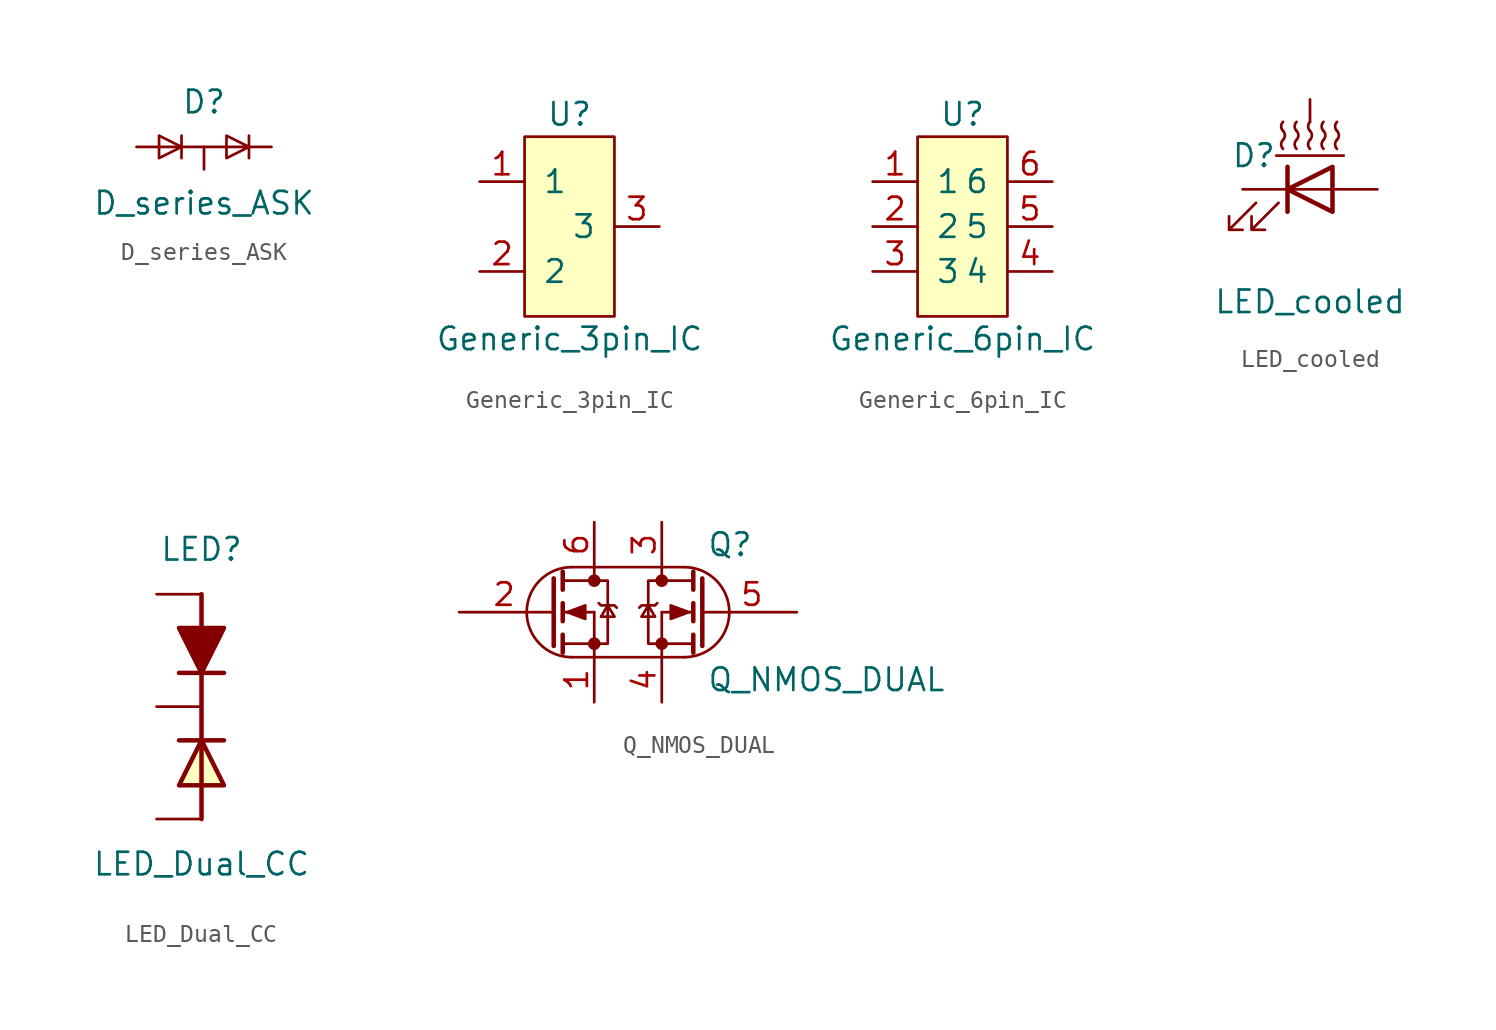
<source format=kicad_sym>
(kicad_symbol_lib
  (version 20211014)
  (generator kicad_symbol_editor)
  (symbol "D_series_ASK"
    (pin_numbers hide)
    (pin_names hide)
    (property "Reference" "D"
      (at 0 2.54 0)
      (effects (font (size 1.27 1.27))))
    (property "Value" "D_series_ASK"
      (at 0 -3.175 0)
      (effects (font (size 1.27 1.27))))
    (symbol "D_series_ASK_0_1"
      (polyline (pts (xy -1.27 0.635) (xy -1.27 -0.635)) (stroke (width 0) (type default) (color 0 0 0 0)) (fill (type none)))
      (polyline (pts (xy 2.54 0.635) (xy 2.54 -0.635)) (stroke (width 0) (type default) (color 0 0 0 0)) (fill (type none)))
      (polyline (pts (xy -2.54 0) (xy 0 0) (xy 2.54 0)) (stroke (width 0) (type default) (color 0 0 0 0)) (fill (type none)))
      (polyline (pts (xy -1.27 0) (xy -2.54 0.635) (xy -2.54 -0.635) (xy -1.27 0)) (stroke (width 0) (type default) (color 0 0 0 0)) (fill (type none)))
      (polyline (pts (xy 2.54 0) (xy 1.27 0.635) (xy 1.27 -0.635) (xy 2.54 0)) (stroke (width 0) (type default) (color 0 0 0 0)) (fill (type none))))
    (symbol "D_series_ASK_1_1"
      (pin passive line (at -3.81 0 0) (length 1.27) (name "A1" (effects (font (size 1.27 1.27)))) (number "1" (effects (font (size 1.27 1.27)))))
      (pin passive line (at 3.81 0 180) (length 1.27) (name "K2" (effects (font (size 1.27 1.27)))) (number "2" (effects (font (size 1.27 1.27)))))
      (pin passive line (at 0 -1.27 90) (length 1.27) (name "K1A2" (effects (font (size 1.27 1.27)))) (number "3" (effects (font (size 1.27 1.27)))))))
  (symbol "Generic_3pin_IC"
    (pin_names
      (offset 1.016))
    (property "Reference" "U"
      (at 0 6.35 0)
      (effects (font (size 1.27 1.27))))
    (property "Value" "Generic_3pin_IC"
      (at 0 -6.35 0)
      (effects (font (size 1.27 1.27))))
    (symbol "Generic_3pin_IC_0_1"
      (rectangle (start -2.54 5.08) (end 2.54 -5.08) (stroke (width 0) (type default) (color 0 0 0 0)) (fill (type background))))
    (symbol "Generic_3pin_IC_1_1"
      (pin passive line (at -5.08 2.54 0) (length 2.54) (name "1" (effects (font (size 1.27 1.27)))) (number "1" (effects (font (size 1.27 1.27)))))
      (pin passive line (at -5.08 -2.54 0) (length 2.54) (name "2" (effects (font (size 1.27 1.27)))) (number "2" (effects (font (size 1.27 1.27)))))
      (pin passive line (at 5.08 0 180) (length 2.54) (name "3" (effects (font (size 1.27 1.27)))) (number "3" (effects (font (size 1.27 1.27)))))))
  (symbol "Generic_6pin_IC"
    (pin_names
      (offset 1.016))
    (property "Reference" "U"
      (at 0 6.35 0)
      (effects (font (size 1.27 1.27))))
    (property "Value" "Generic_6pin_IC"
      (at 0 -6.35 0)
      (effects (font (size 1.27 1.27))))
    (symbol "Generic_6pin_IC_0_1"
      (rectangle (start -2.54 5.08) (end 2.54 -5.08) (stroke (width 0) (type default) (color 0 0 0 0)) (fill (type background))))
    (symbol "Generic_6pin_IC_1_1"
      (pin passive line (at -5.08 2.54 0) (length 2.54) (name "1" (effects (font (size 1.27 1.27)))) (number "1" (effects (font (size 1.27 1.27)))))
      (pin passive line (at -5.08 0 0) (length 2.54) (name "2" (effects (font (size 1.27 1.27)))) (number "2" (effects (font (size 1.27 1.27)))))
      (pin passive line (at -5.08 -2.54 0) (length 2.54) (name "3" (effects (font (size 1.27 1.27)))) (number "3" (effects (font (size 1.27 1.27)))))
      (pin passive line (at 5.08 -2.54 180) (length 2.54) (name "4" (effects (font (size 1.27 1.27)))) (number "4" (effects (font (size 1.27 1.27)))))
      (pin passive line (at 5.08 0 180) (length 2.54) (name "5" (effects (font (size 1.27 1.27)))) (number "5" (effects (font (size 1.27 1.27)))))
      (pin passive line (at 5.08 2.54 180) (length 2.54) (name "6" (effects (font (size 1.27 1.27)))) (number "6" (effects (font (size 1.27 1.27)))))))
  (symbol "LED_cooled"
    (pin_numbers hide)
    (pin_names
      (offset 1.016) hide)
    (property "Reference" "D"
      (at -3.175 1.905 0)
      (effects (font (size 1.27 1.27))))
    (property "Value" "LED_cooled"
      (at 0 -6.35 0)
      (effects (font (size 1.27 1.27))))
    (symbol "LED_cooled_0_1"
      (arc (start -1.524 2.794) (mid -1.6292 2.54) (end -1.524 2.286) (stroke (width 0) (type default) (color 0 0 0 0)) (fill (type none)))
      (arc (start -1.524 2.794) (mid -1.4188 3.048) (end -1.524 3.302) (stroke (width 0) (type default) (color 0 0 0 0)) (fill (type none)))
      (arc (start -1.524 3.81) (mid -1.6292 3.556) (end -1.524 3.302) (stroke (width 0) (type default) (color 0 0 0 0)) (fill (type none)))
      (arc (start -0.762 2.794) (mid -0.8672 2.54) (end -0.762 2.286) (stroke (width 0) (type default) (color 0 0 0 0)) (fill (type none)))
      (arc (start -0.762 2.794) (mid -0.6568 3.048) (end -0.762 3.302) (stroke (width 0) (type default) (color 0 0 0 0)) (fill (type none)))
      (arc (start -0.762 3.81) (mid -0.8672 3.556) (end -0.762 3.302) (stroke (width 0) (type default) (color 0 0 0 0)) (fill (type none)))
      (polyline (pts (xy -1.905 1.905) (xy 1.905 1.905)) (stroke (width 0) (type default) (color 0 0 0 0)) (fill (type none)))
      (polyline (pts (xy -1.27 -1.27) (xy -1.27 1.27)) (stroke (width 0.254) (type default) (color 0 0 0 0)) (fill (type none)))
      (polyline (pts (xy -1.27 0) (xy 1.27 0)) (stroke (width 0) (type default) (color 0 0 0 0)) (fill (type none)))
      (polyline (pts (xy 1.27 -1.27) (xy 1.27 1.27) (xy -1.27 0) (xy 1.27 -1.27)) (stroke (width 0.254) (type default) (color 0 0 0 0)) (fill (type none)))
      (polyline (pts (xy -3.048 -0.762) (xy -4.572 -2.286) (xy -3.81 -2.286) (xy -4.572 -2.286) (xy -4.572 -1.524)) (stroke (width 0) (type default) (color 0 0 0 0)) (fill (type none)))
      (polyline (pts (xy -1.778 -0.762) (xy -3.302 -2.286) (xy -2.54 -2.286) (xy -3.302 -2.286) (xy -3.302 -1.524)) (stroke (width 0) (type default) (color 0 0 0 0)) (fill (type none)))
      (arc (start 0 2.794) (mid -0.1052 2.54) (end 0 2.286) (stroke (width 0) (type default) (color 0 0 0 0)) (fill (type none)))
      (arc (start 0 2.794) (mid 0.1052 3.048) (end 0 3.302) (stroke (width 0) (type default) (color 0 0 0 0)) (fill (type none)))
      (arc (start 0 3.81) (mid -0.1052 3.556) (end 0 3.302) (stroke (width 0) (type default) (color 0 0 0 0)) (fill (type none)))
      (arc (start 0.762 2.794) (mid 0.6568 2.54) (end 0.762 2.286) (stroke (width 0) (type default) (color 0 0 0 0)) (fill (type none)))
      (arc (start 0.762 2.794) (mid 0.8672 3.048) (end 0.762 3.302) (stroke (width 0) (type default) (color 0 0 0 0)) (fill (type none)))
      (arc (start 0.762 3.81) (mid 0.6568 3.556) (end 0.762 3.302) (stroke (width 0) (type default) (color 0 0 0 0)) (fill (type none)))
      (arc (start 1.524 2.794) (mid 1.4188 2.54) (end 1.524 2.286) (stroke (width 0) (type default) (color 0 0 0 0)) (fill (type none)))
      (arc (start 1.524 2.794) (mid 1.6292 3.048) (end 1.524 3.302) (stroke (width 0) (type default) (color 0 0 0 0)) (fill (type none)))
      (arc (start 1.524 3.81) (mid 1.4188 3.556) (end 1.524 3.302) (stroke (width 0) (type default) (color 0 0 0 0)) (fill (type none))))
    (symbol "LED_cooled_1_1"
      (pin passive line (at -3.81 0 0) (length 2.54) (name "K" (effects (font (size 1.27 1.27)))) (number "1" (effects (font (size 1.27 1.27)))))
      (pin passive line (at 3.81 0 180) (length 2.54) (name "A" (effects (font (size 1.27 1.27)))) (number "2" (effects (font (size 1.27 1.27)))))
      (pin passive line (at 0 5.08 270) (length 1.27) (name "heatsink" (effects (font (size 1.27 1.27)))) (number "3" (effects (font (size 1.27 1.27)))))))
  (symbol "LED_Dual_CC"
    (pin_numbers hide)
    (pin_names hide)
    (property "Reference" "LED"
      (at 0 8.89 0)
      (effects (font (size 1.27 1.27))))
    (property "Value" "LED_Dual_CC"
      (at 0 -8.89 0)
      (effects (font (size 1.27 1.27))))
    (symbol "LED_Dual_CC_0_1"
      (polyline (pts (xy -1.27 -1.905) (xy 1.27 -1.905)) (stroke (width 0.254) (type default) (color 0 0 0 0)) (fill (type none)))
      (polyline (pts (xy -1.27 1.905) (xy 1.27 1.905)) (stroke (width 0.254) (type default) (color 0 0 0 0)) (fill (type none)))
      (polyline (pts (xy 0 6.35) (xy 0 -6.35)) (stroke (width 0.254) (type default) (color 0 0 0 0)) (fill (type none)))
      (polyline (pts (xy 0 -1.905) (xy -1.27 -4.445) (xy 1.27 -4.445) (xy 0 -1.905)) (stroke (width 0.254) (type default) (color 0 0 0 0)) (fill (type background)))
      (polyline (pts (xy 0 1.905) (xy 1.27 4.445) (xy -1.27 4.445) (xy 0 1.905)) (stroke (width 0.254) (type default) (color 0 0 0 0)) (fill (type outline))))
    (symbol "LED_Dual_CC_1_1"
      (pin passive line (at -2.54 6.35 0) (length 2.54) (name "A1" (effects (font (size 1.27 1.27)))) (number "1" (effects (font (size 1.27 1.27)))))
      (pin passive line (at -2.54 0 0) (length 2.54) (name "C" (effects (font (size 1.27 1.27)))) (number "2" (effects (font (size 1.27 1.27)))))
      (pin passive line (at -2.54 -6.35 0) (length 2.54) (name "A2" (effects (font (size 1.27 1.27)))) (number "3" (effects (font (size 1.27 1.27)))))))
  (symbol "Q_NMOS_DUAL"
    (pin_names
      (offset 0) hide)
    (property "Reference" "Q"
      (at 5.08 3.81 0)
      (effects (font (size 1.27 1.27)) (justify left)))
    (property "Value" "Q_NMOS_DUAL"
      (at 5.08 -3.81 0)
      (effects (font (size 1.27 1.27)) (justify left)))
    (symbol "Q_NMOS_DUAL_0_1"
      (arc (start -2.54 2.54) (mid -5.08 0) (end -2.54 -2.54) (stroke (width 0) (type default) (color 0 0 0 0)) (fill (type none)))
      (circle (center -1.27 -1.778) (radius 0.279) (stroke (width 0) (type default) (color 0 0 0 0)) (fill (type outline)))
      (circle (center -1.27 1.778) (radius 0.279) (stroke (width 0) (type default) (color 0 0 0 0)) (fill (type outline)))
      (polyline (pts (xy -3.759 0) (xy -3.556 0)) (stroke (width 0) (type default) (color 0 0 0 0)) (fill (type none)))
      (polyline (pts (xy -3.048 -1.778) (xy -1.27 -1.778)) (stroke (width 0) (type default) (color 0 0 0 0)) (fill (type none)))
      (polyline (pts (xy -3.048 -1.27) (xy -3.048 -2.286)) (stroke (width 0.254) (type default) (color 0 0 0 0)) (fill (type none)))
      (polyline (pts (xy -3.048 0) (xy -1.27 0)) (stroke (width 0) (type default) (color 0 0 0 0)) (fill (type none)))
      (polyline (pts (xy -3.048 0.508) (xy -3.048 -0.508)) (stroke (width 0.254) (type default) (color 0 0 0 0)) (fill (type none)))
      (polyline (pts (xy -3.048 1.778) (xy -1.27 1.778)) (stroke (width 0) (type default) (color 0 0 0 0)) (fill (type none)))
      (polyline (pts (xy -3.048 2.286) (xy -3.048 1.27)) (stroke (width 0.254) (type default) (color 0 0 0 0)) (fill (type none)))
      (polyline (pts (xy -2.54 2.54) (xy 3.81 2.54)) (stroke (width 0) (type default) (color 0 0 0 0)) (fill (type none)))
      (polyline (pts (xy -1.27 -1.778) (xy -1.27 -2.54)) (stroke (width 0) (type default) (color 0 0 0 0)) (fill (type none)))
      (polyline (pts (xy -1.27 -1.778) (xy -1.27 0)) (stroke (width 0) (type default) (color 0 0 0 0)) (fill (type none)))
      (polyline (pts (xy -1.27 2.54) (xy -1.27 1.778)) (stroke (width 0) (type default) (color 0 0 0 0)) (fill (type none)))
      (polyline (pts (xy 2.54 -1.778) (xy 2.54 -2.54)) (stroke (width 0) (type default) (color 0 0 0 0)) (fill (type none)))
      (polyline (pts (xy 2.54 -1.778) (xy 2.54 0)) (stroke (width 0) (type default) (color 0 0 0 0)) (fill (type none)))
      (polyline (pts (xy 2.54 2.54) (xy 2.54 1.778)) (stroke (width 0) (type default) (color 0 0 0 0)) (fill (type none)))
      (polyline (pts (xy 3.81 -2.54) (xy -2.54 -2.54)) (stroke (width 0) (type default) (color 0 0 0 0)) (fill (type none)))
      (polyline (pts (xy 4.318 -1.778) (xy 2.54 -1.778)) (stroke (width 0) (type default) (color 0 0 0 0)) (fill (type none)))
      (polyline (pts (xy 4.318 -1.27) (xy 4.318 -2.286)) (stroke (width 0.254) (type default) (color 0 0 0 0)) (fill (type none)))
      (polyline (pts (xy 4.318 0) (xy 2.54 0)) (stroke (width 0) (type default) (color 0 0 0 0)) (fill (type none)))
      (polyline (pts (xy 4.318 0.508) (xy 4.318 -0.508)) (stroke (width 0.254) (type default) (color 0 0 0 0)) (fill (type none)))
      (polyline (pts (xy 4.318 1.778) (xy 2.54 1.778)) (stroke (width 0) (type default) (color 0 0 0 0)) (fill (type none)))
      (polyline (pts (xy 4.318 2.286) (xy 4.318 1.27)) (stroke (width 0.254) (type default) (color 0 0 0 0)) (fill (type none)))
      (polyline (pts (xy 5.029 0) (xy 4.826 0)) (stroke (width 0) (type default) (color 0 0 0 0)) (fill (type none)))
      (polyline (pts (xy -3.556 1.905) (xy -3.556 -1.905) (xy -3.556 -1.905)) (stroke (width 0.254) (type default) (color 0 0 0 0)) (fill (type none)))
      (polyline (pts (xy 4.826 1.905) (xy 4.826 -1.905) (xy 4.826 -1.905)) (stroke (width 0.254) (type default) (color 0 0 0 0)) (fill (type none)))
      (polyline (pts (xy -2.794 0) (xy -1.778 0.381) (xy -1.778 -0.381) (xy -2.794 0)) (stroke (width 0) (type default) (color 0 0 0 0)) (fill (type outline)))
      (polyline (pts (xy -1.27 -1.778) (xy -0.508 -1.778) (xy -0.508 1.778) (xy -1.27 1.778)) (stroke (width 0) (type default) (color 0 0 0 0)) (fill (type none)))
      (polyline (pts (xy -1.016 0.508) (xy -0.889 0.381) (xy -0.127 0.381) (xy 0 0.254)) (stroke (width 0) (type default) (color 0 0 0 0)) (fill (type none)))
      (polyline (pts (xy -0.508 0.381) (xy -0.889 -0.254) (xy -0.127 -0.254) (xy -0.508 0.381)) (stroke (width 0) (type default) (color 0 0 0 0)) (fill (type none)))
      (polyline (pts (xy 1.778 0.381) (xy 2.159 -0.254) (xy 1.397 -0.254) (xy 1.778 0.381)) (stroke (width 0) (type default) (color 0 0 0 0)) (fill (type none)))
      (polyline (pts (xy 2.286 0.508) (xy 2.159 0.381) (xy 1.397 0.381) (xy 1.27 0.254)) (stroke (width 0) (type default) (color 0 0 0 0)) (fill (type none)))
      (polyline (pts (xy 2.54 -1.778) (xy 1.778 -1.778) (xy 1.778 1.778) (xy 2.54 1.778)) (stroke (width 0) (type default) (color 0 0 0 0)) (fill (type none)))
      (polyline (pts (xy 4.064 0) (xy 3.048 0.381) (xy 3.048 -0.381) (xy 4.064 0)) (stroke (width 0) (type default) (color 0 0 0 0)) (fill (type outline)))
      (circle (center 2.54 -1.778) (radius 0.279) (stroke (width 0) (type default) (color 0 0 0 0)) (fill (type outline)))
      (circle (center 2.54 1.778) (radius 0.279) (stroke (width 0) (type default) (color 0 0 0 0)) (fill (type outline)))
      (arc (start 3.81 -2.54) (mid 6.35 0) (end 3.81 2.54) (stroke (width 0) (type default) (color 0 0 0 0)) (fill (type none))))
    (symbol "Q_NMOS_DUAL_1_1"
      (pin passive line (at -1.27 -5.08 90) (length 2.54) (name "S1" (effects (font (size 1.27 1.27)))) (number "1" (effects (font (size 1.27 1.27)))))
      (pin input line (at -8.89 0 0) (length 5.08) (name "G1" (effects (font (size 1.27 1.27)))) (number "2" (effects (font (size 1.27 1.27)))))
      (pin passive line (at 2.54 5.08 270) (length 2.54) (name "D2" (effects (font (size 1.27 1.27)))) (number "3" (effects (font (size 1.27 1.27)))))
      (pin passive line (at 2.54 -5.08 90) (length 2.54) (name "S2" (effects (font (size 1.27 1.27)))) (number "4" (effects (font (size 1.27 1.27)))))
      (pin passive line (at 10.16 0 180) (length 5.08) (name "G2" (effects (font (size 1.27 1.27)))) (number "5" (effects (font (size 1.27 1.27)))))
      (pin passive line (at -1.27 5.08 270) (length 2.54) (name "D1" (effects (font (size 1.27 1.27)))) (number "6" (effects (font (size 1.27 1.27))))))))
</source>
